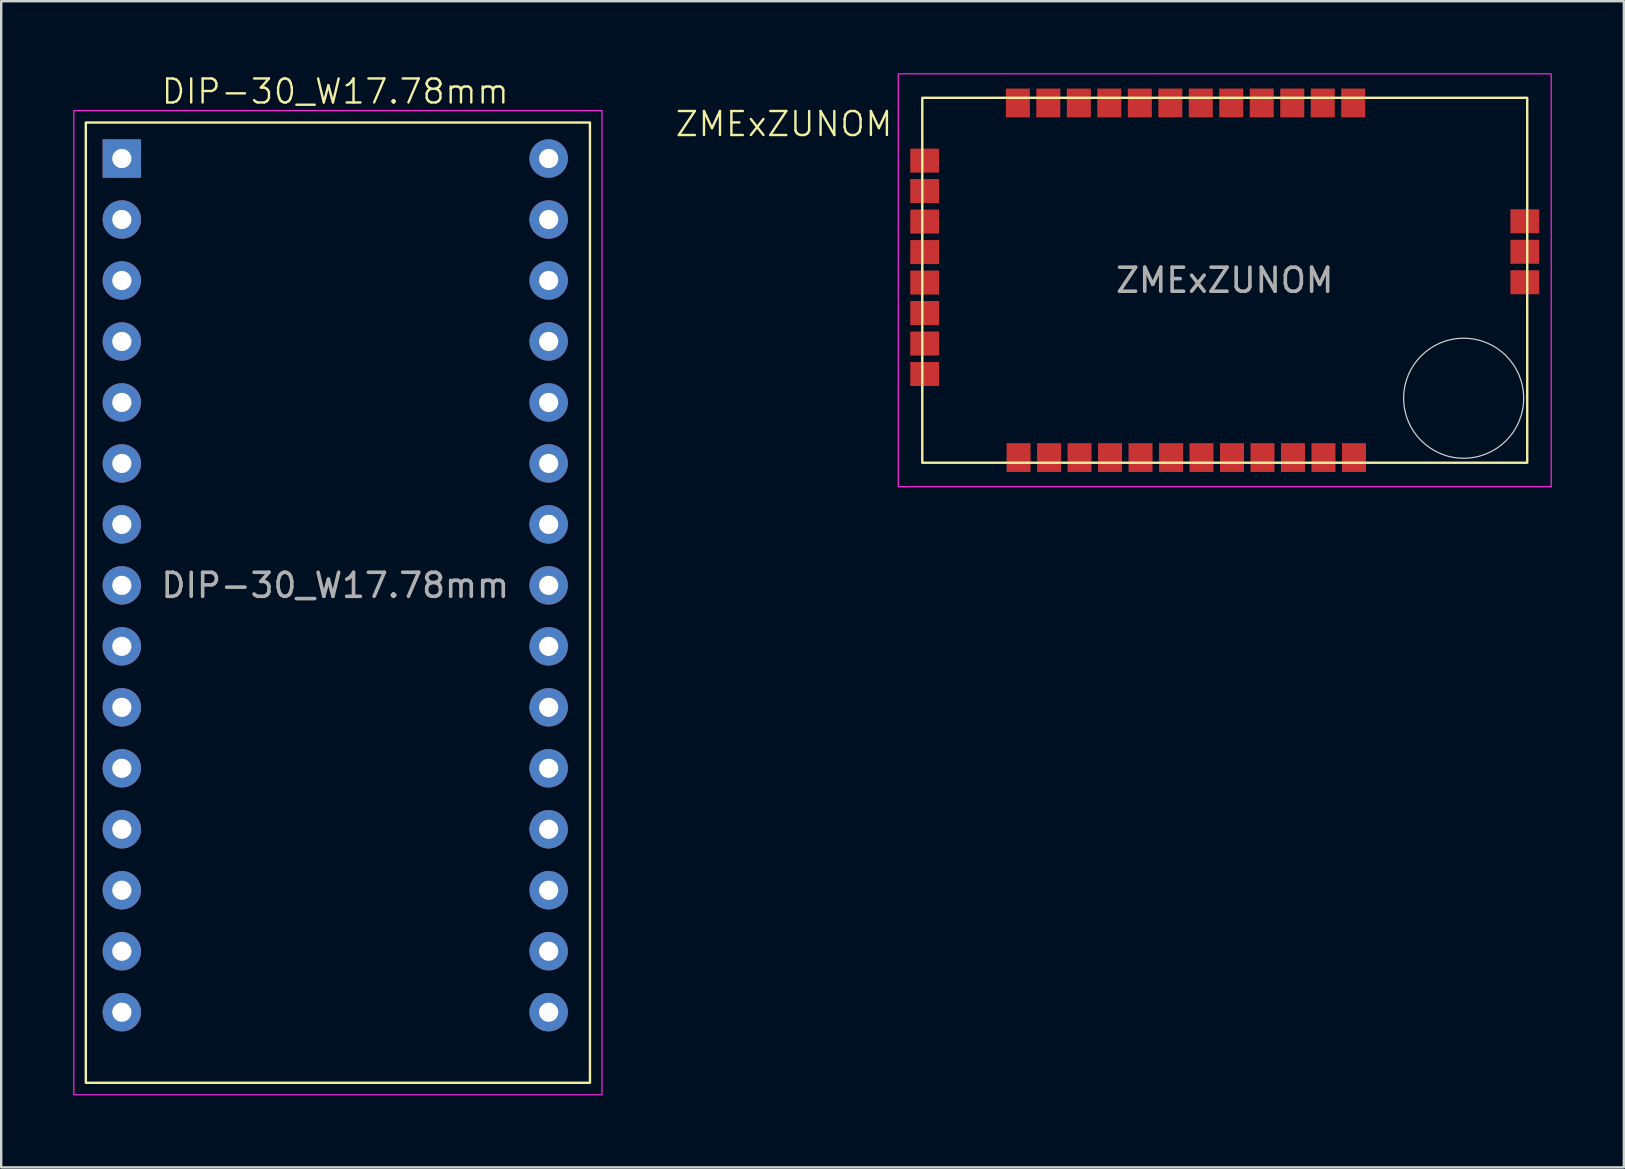
<source format=kicad_pcb>
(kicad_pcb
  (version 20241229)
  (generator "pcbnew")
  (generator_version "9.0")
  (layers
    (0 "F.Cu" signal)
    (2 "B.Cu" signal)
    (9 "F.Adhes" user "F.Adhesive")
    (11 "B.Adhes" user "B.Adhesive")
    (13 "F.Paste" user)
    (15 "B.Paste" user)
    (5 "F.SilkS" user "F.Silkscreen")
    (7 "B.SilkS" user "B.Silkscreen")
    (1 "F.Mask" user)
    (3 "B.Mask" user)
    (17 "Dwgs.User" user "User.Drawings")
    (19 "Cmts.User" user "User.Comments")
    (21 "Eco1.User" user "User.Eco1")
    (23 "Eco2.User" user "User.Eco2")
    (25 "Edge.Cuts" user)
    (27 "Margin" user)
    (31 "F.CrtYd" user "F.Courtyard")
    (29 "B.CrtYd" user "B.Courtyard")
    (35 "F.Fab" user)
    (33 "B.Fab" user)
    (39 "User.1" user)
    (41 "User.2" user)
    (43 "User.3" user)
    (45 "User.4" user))
  (footprint "DIP-30_W17.78mm"
    (layer "F.Cu")
    (at 2.025 3.554)
    (property "Reference" "DIP-30_W17.78mm" (at 8.89 -2.794 0) (unlocked yes) (layer "F.SilkS") (effects (font (size 1 1) (thickness 0.1))))
    (attr through_hole)
    (fp_rect (start -1.5 -1.5) (end 19.5 38.5) (stroke (width 0.1) (type default)) (fill no) (layer "F.SilkS"))
    (fp_rect (start -2 -2) (end 20 39) (stroke (width 0.05) (type default)) (fill no) (layer "F.CrtYd"))
    (fp_text user "${REFERENCE}" (at 8.89 17.78 0) (unlocked yes) (layer "F.Fab") (effects (font (size 1 1) (thickness 0.15))))
    (pad "1" thru_hole rect (at 0 0) (size 1.6 1.6) (drill 0.8) (layers "*.Cu" "*.Mask"))
    (pad "2" thru_hole circle (at 0 2.54) (size 1.6 1.6) (drill 0.8) (layers "*.Cu" "*.Mask"))
    (pad "3" thru_hole circle (at 0 5.08) (size 1.6 1.6) (drill 0.8) (layers "*.Cu" "*.Mask"))
    (pad "4" thru_hole circle (at 0 7.62) (size 1.6 1.6) (drill 0.8) (layers "*.Cu" "*.Mask"))
    (pad "5" thru_hole circle (at 0 10.16) (size 1.6 1.6) (drill 0.8) (layers "*.Cu" "*.Mask"))
    (pad "6" thru_hole circle (at 0 12.7) (size 1.6 1.6) (drill 0.8) (layers "*.Cu" "*.Mask"))
    (pad "7" thru_hole circle (at 0 15.24) (size 1.6 1.6) (drill 0.8) (layers "*.Cu" "*.Mask"))
    (pad "8" thru_hole circle (at 0 17.78) (size 1.6 1.6) (drill 0.8) (layers "*.Cu" "*.Mask"))
    (pad "9" thru_hole circle (at 0 20.32) (size 1.6 1.6) (drill 0.8) (layers "*.Cu" "*.Mask"))
    (pad "10" thru_hole circle (at 0 22.86) (size 1.6 1.6) (drill 0.8) (layers "*.Cu" "*.Mask"))
    (pad "11" thru_hole circle (at 0 25.4) (size 1.6 1.6) (drill 0.8) (layers "*.Cu" "*.Mask"))
    (pad "12" thru_hole circle (at 0 27.94) (size 1.6 1.6) (drill 0.8) (layers "*.Cu" "*.Mask"))
    (pad "13" thru_hole circle (at 0 30.48) (size 1.6 1.6) (drill 0.8) (layers "*.Cu" "*.Mask"))
    (pad "14" thru_hole circle (at 0 33.02) (size 1.6 1.6) (drill 0.8) (layers "*.Cu" "*.Mask"))
    (pad "15" thru_hole circle (at 0 35.56) (size 1.6 1.6) (drill 0.8) (layers "*.Cu" "*.Mask"))
    (pad "16" thru_hole circle (at 17.78 35.56) (size 1.6 1.6) (drill 0.8) (layers "*.Cu" "*.Mask"))
    (pad "17" thru_hole circle (at 17.78 33.02) (size 1.6 1.6) (drill 0.8) (layers "*.Cu" "*.Mask"))
    (pad "18" thru_hole circle (at 17.78 30.48) (size 1.6 1.6) (drill 0.8) (layers "*.Cu" "*.Mask"))
    (pad "19" thru_hole circle (at 17.78 27.94) (size 1.6 1.6) (drill 0.8) (layers "*.Cu" "*.Mask"))
    (pad "20" thru_hole circle (at 17.78 25.4) (size 1.6 1.6) (drill 0.8) (layers "*.Cu" "*.Mask"))
    (pad "21" thru_hole circle (at 17.78 22.86) (size 1.6 1.6) (drill 0.8) (layers "*.Cu" "*.Mask"))
    (pad "22" thru_hole circle (at 17.78 20.32) (size 1.6 1.6) (drill 0.8) (layers "*.Cu" "*.Mask"))
    (pad "23" thru_hole circle (at 17.78 17.78) (size 1.6 1.6) (drill 0.8) (layers "*.Cu" "*.Mask"))
    (pad "24" thru_hole circle (at 17.78 15.24) (size 1.6 1.6) (drill 0.8) (layers "*.Cu" "*.Mask"))
    (pad "25" thru_hole circle (at 17.78 12.7) (size 1.6 1.6) (drill 0.8) (layers "*.Cu" "*.Mask"))
    (pad "26" thru_hole circle (at 17.78 10.16) (size 1.6 1.6) (drill 0.8) (layers "*.Cu" "*.Mask"))
    (pad "27" thru_hole circle (at 17.78 7.62) (size 1.6 1.6) (drill 0.8) (layers "*.Cu" "*.Mask"))
    (pad "28" thru_hole circle (at 17.78 5.08) (size 1.6 1.6) (drill 0.8) (layers "*.Cu" "*.Mask"))
    (pad "29" thru_hole circle (at 17.78 2.54) (size 1.6 1.6) (drill 0.8) (layers "*.Cu" "*.Mask"))
    (pad "30" thru_hole circle (at 17.78 0) (size 1.6 1.6) (drill 0.8) (layers "*.Cu" "*.Mask")))
  (footprint "ZMExZUNOM"
    (layer "F.Cu")
    (at 35.468 12.53)
    (property "Reference" "ZMExZUNOM" (at -1.27 -10.414 0) (unlocked yes) (layer "F.SilkS") (effects (font (size 1 1) (thickness 0.1)) (justify right)))
    (attr smd)
    (fp_rect (start -0.1 -11.505) (end 25.1 3.695) (stroke (width 0.1) (type default)) (fill no) (layer "F.SilkS"))
    (fp_circle (center 22.452 1.009) (end 24.952 1.009) (stroke (width 0.05) (type default)) (fill no) (layer "Edge.Cuts"))
    (fp_rect (start -1.1 -12.505) (end 26.1 4.694) (stroke (width 0.05) (type default)) (fill no) (layer "F.CrtYd"))
    (fp_text user "${REFERENCE}" (at 12.5 -3.905 0) (unlocked yes) (layer "F.Fab") (effects (font (size 1 1) (thickness 0.15))))
    (pad "1" smd rect (at 0 -8.89) (size 1.2 1) (layers "F.Cu" "F.Mask" "F.Paste"))
    (pad "2" smd rect (at 0 -7.62) (size 1.2 1) (layers "F.Cu" "F.Mask" "F.Paste"))
    (pad "3" smd rect (at 0 -6.35) (size 1.2 1) (layers "F.Cu" "F.Mask" "F.Paste"))
    (pad "4" smd rect (at 0 -5.08) (size 1.2 1) (layers "F.Cu" "F.Mask" "F.Paste"))
    (pad "5" smd rect (at 0 -3.81) (size 1.2 1) (layers "F.Cu" "F.Mask" "F.Paste"))
    (pad "6" smd rect (at 0 -2.54) (size 1.2 1) (layers "F.Cu" "F.Mask" "F.Paste"))
    (pad "7" smd rect (at 0 -1.27) (size 1.2 1) (layers "F.Cu" "F.Mask" "F.Paste"))
    (pad "8" smd rect (at 0 0) (size 1.2 1) (layers "F.Cu" "F.Mask" "F.Paste"))
    (pad "9" smd rect (at 3.912 3.48 90) (size 1.2 1) (layers "F.Cu" "F.Mask" "F.Paste"))
    (pad "10" smd rect (at 5.182 3.48 90) (size 1.2 1) (layers "F.Cu" "F.Mask" "F.Paste"))
    (pad "11" smd rect (at 6.452 3.48 90) (size 1.2 1) (layers "F.Cu" "F.Mask" "F.Paste"))
    (pad "12" smd rect (at 7.722 3.48 90) (size 1.2 1) (layers "F.Cu" "F.Mask" "F.Paste"))
    (pad "13" smd rect (at 8.992 3.48 90) (size 1.2 1) (layers "F.Cu" "F.Mask" "F.Paste"))
    (pad "14" smd rect (at 10.262 3.48 90) (size 1.2 1) (layers "F.Cu" "F.Mask" "F.Paste"))
    (pad "15" smd rect (at 11.532 3.48 90) (size 1.2 1) (layers "F.Cu" "F.Mask" "F.Paste"))
    (pad "16" smd rect (at 12.802 3.48 90) (size 1.2 1) (layers "F.Cu" "F.Mask" "F.Paste"))
    (pad "17" smd rect (at 14.072 3.48 90) (size 1.2 1) (layers "F.Cu" "F.Mask" "F.Paste"))
    (pad "18" smd rect (at 15.342 3.48 90) (size 1.2 1) (layers "F.Cu" "F.Mask" "F.Paste"))
    (pad "19" smd rect (at 16.612 3.48 90) (size 1.2 1) (layers "F.Cu" "F.Mask" "F.Paste"))
    (pad "20" smd rect (at 17.882 3.48 90) (size 1.2 1) (layers "F.Cu" "F.Mask" "F.Paste"))
    (pad "21" smd rect (at 25 -3.822) (size 1.2 1) (layers "F.Cu" "F.Mask" "F.Paste"))
    (pad "22" smd rect (at 25 -5.092) (size 1.2 1) (layers "F.Cu" "F.Mask" "F.Paste"))
    (pad "23" smd rect (at 25 -6.362) (size 1.2 1) (layers "F.Cu" "F.Mask" "F.Paste"))
    (pad "24" smd rect (at 17.852 -11.291 90) (size 1.2 1) (layers "F.Cu" "F.Mask" "F.Paste"))
    (pad "25" smd rect (at 16.582 -11.291 90) (size 1.2 1) (layers "F.Cu" "F.Mask" "F.Paste"))
    (pad "26" smd rect (at 15.312 -11.291 90) (size 1.2 1) (layers "F.Cu" "F.Mask" "F.Paste"))
    (pad "27" smd rect (at 14.042 -11.291 90) (size 1.2 1) (layers "F.Cu" "F.Mask" "F.Paste"))
    (pad "28" smd rect (at 12.772 -11.291 90) (size 1.2 1) (layers "F.Cu" "F.Mask" "F.Paste"))
    (pad "29" smd rect (at 11.502 -11.291 90) (size 1.2 1) (layers "F.Cu" "F.Mask" "F.Paste"))
    (pad "30" smd rect (at 10.232 -11.291 90) (size 1.2 1) (layers "F.Cu" "F.Mask" "F.Paste"))
    (pad "31" smd rect (at 8.962 -11.291 90) (size 1.2 1) (layers "F.Cu" "F.Mask" "F.Paste"))
    (pad "32" smd rect (at 7.692 -11.291 90) (size 1.2 1) (layers "F.Cu" "F.Mask" "F.Paste"))
    (pad "33" smd rect (at 6.422 -11.291 90) (size 1.2 1) (layers "F.Cu" "F.Mask" "F.Paste"))
    (pad "34" smd rect (at 5.152 -11.291 90) (size 1.2 1) (layers "F.Cu" "F.Mask" "F.Paste"))
    (pad "35" smd rect (at 3.882 -11.291 90) (size 1.2 1) (layers "F.Cu" "F.Mask" "F.Paste")))
  (gr_rect
    (start -3 -3)
    (end 64.593 45.58)
    (stroke (width 0.1) (type default))
    (fill no)
    (layer "Edge.Cuts")))
</source>
